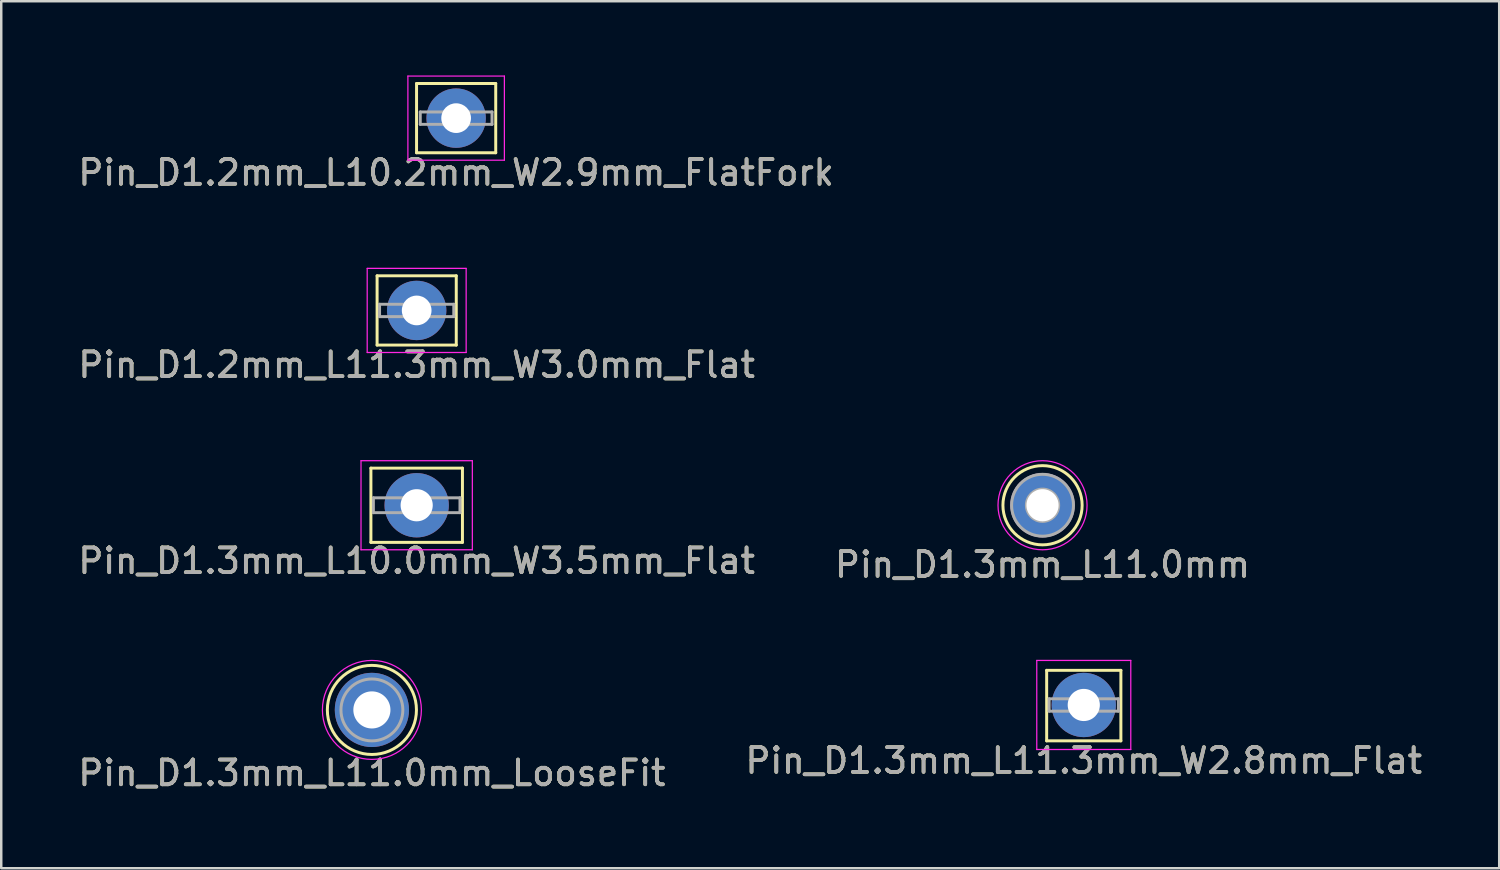
<source format=kicad_pcb>
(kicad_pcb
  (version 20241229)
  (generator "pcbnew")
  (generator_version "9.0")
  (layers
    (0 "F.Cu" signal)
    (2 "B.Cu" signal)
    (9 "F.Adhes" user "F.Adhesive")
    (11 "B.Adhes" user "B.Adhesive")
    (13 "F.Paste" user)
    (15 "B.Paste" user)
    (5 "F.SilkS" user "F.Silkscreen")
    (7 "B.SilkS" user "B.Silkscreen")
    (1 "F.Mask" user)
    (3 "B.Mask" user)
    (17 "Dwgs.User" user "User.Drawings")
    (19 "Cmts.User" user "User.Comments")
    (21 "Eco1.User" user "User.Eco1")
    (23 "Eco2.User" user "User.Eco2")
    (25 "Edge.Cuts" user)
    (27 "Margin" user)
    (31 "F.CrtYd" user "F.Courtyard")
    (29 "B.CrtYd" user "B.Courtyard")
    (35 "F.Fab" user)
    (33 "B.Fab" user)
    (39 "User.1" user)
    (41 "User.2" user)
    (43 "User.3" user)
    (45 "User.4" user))
  (footprint "Pin_D1.2mm_L11.3mm_W3.0mm_Flat"
    (layer "F.Cu")
    (at 13.792 9.498)
    (property "Reference" "Pin_D1.2mm_L11.3mm_W3.0mm_Flat" (at 0 2.2 0) (layer "F.SilkS") (effects (font (size 1 1) (thickness 0.15))))
    (attr through_hole)
    (fp_line (start -1.6 -1.4) (end 1.6 -1.4) (stroke (width 0.12) (type solid)) (layer "F.SilkS"))
    (fp_line (start -1.6 1.4) (end -1.6 -1.4) (stroke (width 0.12) (type solid)) (layer "F.SilkS"))
    (fp_line (start 1.6 -1.4) (end 1.6 1.4) (stroke (width 0.12) (type solid)) (layer "F.SilkS"))
    (fp_line (start 1.6 1.4) (end -1.6 1.4) (stroke (width 0.12) (type solid)) (layer "F.SilkS"))
    (fp_line (start -2 -1.7) (end -2 1.7) (stroke (width 0.05) (type solid)) (layer "F.CrtYd"))
    (fp_line (start -2 -1.7) (end 2 -1.7) (stroke (width 0.05) (type solid)) (layer "F.CrtYd"))
    (fp_line (start 2 1.7) (end -2 1.7) (stroke (width 0.05) (type solid)) (layer "F.CrtYd"))
    (fp_line (start 2 1.7) (end 2 -1.7) (stroke (width 0.05) (type solid)) (layer "F.CrtYd"))
    (fp_line (start -1.5 -0.25) (end 1.5 -0.25) (stroke (width 0.12) (type solid)) (layer "F.Fab"))
    (fp_line (start -1.5 0.25) (end -1.5 -0.25) (stroke (width 0.12) (type solid)) (layer "F.Fab"))
    (fp_line (start 1.5 -0.25) (end 1.5 0.25) (stroke (width 0.12) (type solid)) (layer "F.Fab"))
    (fp_line (start 1.5 0.25) (end -1.5 0.25) (stroke (width 0.12) (type solid)) (layer "F.Fab"))
    (fp_text user "${REFERENCE}" (at 0 2.2 0) (layer "F.Fab") (effects (font (size 1 1) (thickness 0.15))))
    (pad "1" thru_hole circle (at 0 0) (size 2.4 2.4) (drill 1.2) (layers "*.Cu" "*.Mask")))
  (footprint "Pin_D1.2mm_L10.2mm_W2.9mm_FlatFork"
    (layer "F.Cu")
    (at 15.387 1.725)
    (property "Reference" "Pin_D1.2mm_L10.2mm_W2.9mm_FlatFork" (at 0 2.2 0) (layer "F.SilkS") (effects (font (size 1 1) (thickness 0.15))))
    (attr through_hole)
    (fp_line (start -1.6 -1.4) (end 1.6 -1.4) (stroke (width 0.12) (type solid)) (layer "F.SilkS"))
    (fp_line (start -1.6 1.4) (end -1.6 -1.4) (stroke (width 0.12) (type solid)) (layer "F.SilkS"))
    (fp_line (start 1.6 -1.4) (end 1.6 1.4) (stroke (width 0.12) (type solid)) (layer "F.SilkS"))
    (fp_line (start 1.6 1.4) (end -1.6 1.4) (stroke (width 0.12) (type solid)) (layer "F.SilkS"))
    (fp_line (start -1.95 -1.7) (end -1.95 1.7) (stroke (width 0.05) (type solid)) (layer "F.CrtYd"))
    (fp_line (start -1.95 -1.7) (end 1.95 -1.7) (stroke (width 0.05) (type solid)) (layer "F.CrtYd"))
    (fp_line (start 1.95 1.7) (end -1.95 1.7) (stroke (width 0.05) (type solid)) (layer "F.CrtYd"))
    (fp_line (start 1.95 1.7) (end 1.95 -1.7) (stroke (width 0.05) (type solid)) (layer "F.CrtYd"))
    (fp_line (start -1.45 -0.25) (end 1.45 -0.25) (stroke (width 0.12) (type solid)) (layer "F.Fab"))
    (fp_line (start -1.45 0.25) (end -1.45 -0.25) (stroke (width 0.12) (type solid)) (layer "F.Fab"))
    (fp_line (start 1.45 -0.25) (end 1.45 0.25) (stroke (width 0.12) (type solid)) (layer "F.Fab"))
    (fp_line (start 1.45 0.25) (end -1.45 0.25) (stroke (width 0.12) (type solid)) (layer "F.Fab"))
    (fp_text user "${REFERENCE}" (at 0 2.2 0) (layer "F.Fab") (effects (font (size 1 1) (thickness 0.15))))
    (pad "1" thru_hole circle (at 0 0) (size 2.4 2.4) (drill 1.2) (layers "*.Cu" "*.Mask")))
  (footprint "Pin_D1.3mm_L11.0mm_LooseFit"
    (layer "F.Cu")
    (at 11.982 25.645)
    (property "Reference" "Pin_D1.3mm_L11.0mm_LooseFit" (at 0 2.55 0) (layer "F.SilkS") (effects (font (size 1 1) (thickness 0.15))))
    (attr through_hole)
    (fp_circle (center 0 0) (end 1.8 0.05) (stroke (width 0.12) (type solid)) (fill no) (layer "F.SilkS"))
    (fp_circle (center 0 0) (end 2 0) (stroke (width 0.05) (type solid)) (fill no) (layer "F.CrtYd"))
    (fp_circle (center 0 0) (end 0.65 -0.05) (stroke (width 0.12) (type solid)) (fill no) (layer "F.Fab"))
    (fp_circle (center 0 0) (end 1.25 -0.05) (stroke (width 0.12) (type solid)) (fill no) (layer "F.Fab"))
    (fp_text user "${REFERENCE}" (at 0 2.55 0) (layer "F.Fab") (effects (font (size 1 1) (thickness 0.15))))
    (pad "1" thru_hole circle (at 0 0) (size 3 3) (drill 1.5) (layers "*.Cu" "*.Mask")))
  (footprint "Pin_D1.3mm_L11.3mm_W2.8mm_Flat"
    (layer "F.Cu")
    (at 40.756 25.445)
    (property "Reference" "Pin_D1.3mm_L11.3mm_W2.8mm_Flat" (at 0 2.25 0) (layer "F.SilkS") (effects (font (size 1 1) (thickness 0.15))))
    (attr through_hole)
    (fp_line (start -1.5 -1.4) (end -1.5 1.45) (stroke (width 0.12) (type solid)) (layer "F.SilkS"))
    (fp_line (start -1.5 -1.4) (end 1.5 -1.4) (stroke (width 0.12) (type solid)) (layer "F.SilkS"))
    (fp_line (start -1.5 1.45) (end 1.5 1.45) (stroke (width 0.12) (type solid)) (layer "F.SilkS"))
    (fp_line (start 1.5 -1.4) (end 1.5 1.45) (stroke (width 0.12) (type solid)) (layer "F.SilkS"))
    (fp_line (start -1.9 -1.8) (end -1.9 1.8) (stroke (width 0.05) (type solid)) (layer "F.CrtYd"))
    (fp_line (start -1.9 -1.8) (end 1.9 -1.8) (stroke (width 0.05) (type solid)) (layer "F.CrtYd"))
    (fp_line (start 1.9 1.8) (end -1.9 1.8) (stroke (width 0.05) (type solid)) (layer "F.CrtYd"))
    (fp_line (start 1.9 1.8) (end 1.9 -1.8) (stroke (width 0.05) (type solid)) (layer "F.CrtYd"))
    (fp_line (start -1.4 -0.25) (end 1.4 -0.25) (stroke (width 0.12) (type solid)) (layer "F.Fab"))
    (fp_line (start -1.4 0.25) (end -1.4 -0.25) (stroke (width 0.12) (type solid)) (layer "F.Fab"))
    (fp_line (start 1.4 -0.25) (end 1.4 0.25) (stroke (width 0.12) (type solid)) (layer "F.Fab"))
    (fp_line (start 1.4 0.25) (end -1.4 0.25) (stroke (width 0.12) (type solid)) (layer "F.Fab"))
    (fp_text user "${REFERENCE}" (at 0 2.25 0) (layer "F.Fab") (effects (font (size 1 1) (thickness 0.15))))
    (pad "1" thru_hole circle (at 0 0) (size 2.6 2.6) (drill 1.3) (layers "*.Cu" "*.Mask")))
  (footprint "Pin_D1.3mm_L11.0mm"
    (layer "F.Cu")
    (at 39.089 17.372)
    (property "Reference" "Pin_D1.3mm_L11.0mm" (at 0 2.4 0) (layer "F.SilkS") (effects (font (size 1 1) (thickness 0.15))))
    (attr through_hole)
    (fp_circle (center 0 0) (end 1.6 0.05) (stroke (width 0.12) (type solid)) (fill no) (layer "F.SilkS"))
    (fp_circle (center 0 0) (end 1.8 0) (stroke (width 0.05) (type solid)) (fill no) (layer "F.CrtYd"))
    (fp_circle (center 0 0) (end 0.65 -0.05) (stroke (width 0.12) (type solid)) (fill no) (layer "F.Fab"))
    (fp_circle (center 0 0) (end 1.25 -0.05) (stroke (width 0.12) (type solid)) (fill no) (layer "F.Fab"))
    (fp_text user "${REFERENCE}" (at 0 2.4 0) (layer "F.Fab") (effects (font (size 1 1) (thickness 0.15))))
    (pad "1" thru_hole circle (at 0 0) (size 2.6 2.6) (drill 1.3) (layers "*.Cu" "*.Mask")))
  (footprint "Pin_D1.3mm_L10.0mm_W3.5mm_Flat"
    (layer "F.Cu")
    (at 13.792 17.372)
    (property "Reference" "Pin_D1.3mm_L10.0mm_W3.5mm_Flat" (at 0 2.25 0) (layer "F.SilkS") (effects (font (size 1 1) (thickness 0.15))))
    (attr through_hole)
    (fp_line (start -1.85 -1.5) (end -1.85 1.5) (stroke (width 0.12) (type solid)) (layer "F.SilkS"))
    (fp_line (start -1.85 -1.5) (end 1.85 -1.5) (stroke (width 0.12) (type solid)) (layer "F.SilkS"))
    (fp_line (start 1.85 -1.5) (end 1.85 1.5) (stroke (width 0.12) (type solid)) (layer "F.SilkS"))
    (fp_line (start 1.85 1.5) (end -1.85 1.5) (stroke (width 0.12) (type solid)) (layer "F.SilkS"))
    (fp_line (start -2.25 -1.8) (end -2.25 1.8) (stroke (width 0.05) (type solid)) (layer "F.CrtYd"))
    (fp_line (start -2.25 -1.8) (end 2.25 -1.8) (stroke (width 0.05) (type solid)) (layer "F.CrtYd"))
    (fp_line (start 2.25 1.8) (end -2.25 1.8) (stroke (width 0.05) (type solid)) (layer "F.CrtYd"))
    (fp_line (start 2.25 1.8) (end 2.25 -1.8) (stroke (width 0.05) (type solid)) (layer "F.CrtYd"))
    (fp_line (start -1.75 -0.3) (end 1.75 -0.3) (stroke (width 0.12) (type solid)) (layer "F.Fab"))
    (fp_line (start -1.75 0.3) (end -1.75 -0.3) (stroke (width 0.12) (type solid)) (layer "F.Fab"))
    (fp_line (start 1.75 -0.3) (end 1.75 0.3) (stroke (width 0.12) (type solid)) (layer "F.Fab"))
    (fp_line (start 1.75 0.3) (end -1.75 0.3) (stroke (width 0.12) (type solid)) (layer "F.Fab"))
    (fp_text user "${REFERENCE}" (at 0 2.25 0) (layer "F.Fab") (effects (font (size 1 1) (thickness 0.15))))
    (pad "1" thru_hole circle (at 0 0) (size 2.6 2.6) (drill 1.3) (layers "*.Cu" "*.Mask")))
  (gr_rect
    (start -3 -3)
    (end 57.548 32.043)
    (stroke (width 0.1) (type default))
    (fill no)
    (layer "Edge.Cuts")))
</source>
